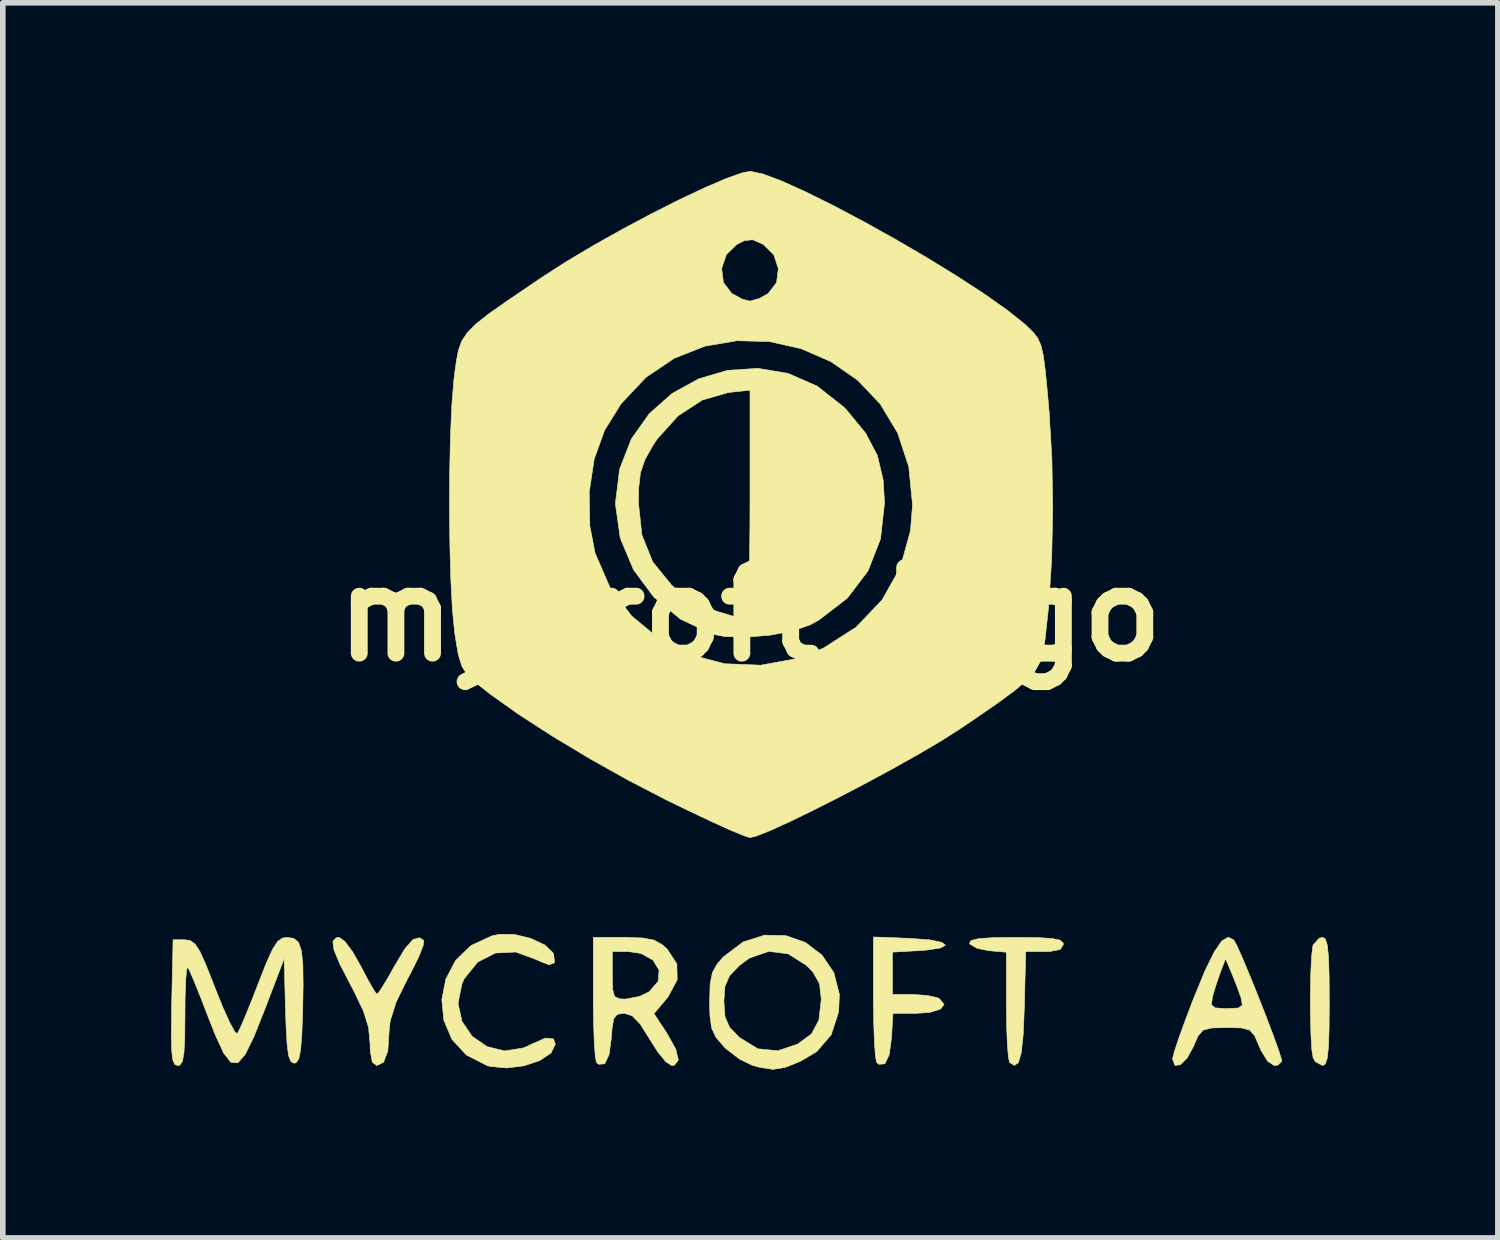
<source format=kicad_pcb>
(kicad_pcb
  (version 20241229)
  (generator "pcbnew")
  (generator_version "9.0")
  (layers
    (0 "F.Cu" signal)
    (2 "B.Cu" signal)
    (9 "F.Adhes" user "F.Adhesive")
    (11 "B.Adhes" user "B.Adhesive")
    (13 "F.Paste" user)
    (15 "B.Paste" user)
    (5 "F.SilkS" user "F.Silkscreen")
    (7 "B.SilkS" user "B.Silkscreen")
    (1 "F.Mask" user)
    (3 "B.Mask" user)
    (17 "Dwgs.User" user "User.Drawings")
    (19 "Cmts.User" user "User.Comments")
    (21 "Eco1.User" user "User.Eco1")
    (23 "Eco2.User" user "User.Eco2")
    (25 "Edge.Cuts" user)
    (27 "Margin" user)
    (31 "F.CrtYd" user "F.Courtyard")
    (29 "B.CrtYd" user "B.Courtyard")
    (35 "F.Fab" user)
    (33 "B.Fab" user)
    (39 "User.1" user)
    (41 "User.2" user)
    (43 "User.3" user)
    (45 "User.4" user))
  (footprint "mycroft_logo"
    (layer "F.Cu")
    (at 10.323 7.907)
    (property "Reference" "mycroft_logo" (at 0 0 0) (layer "F.SilkS") (effects (font (size 1.524 1.524) (thickness 0.3))))
    (attr through_hole)
    (fp_poly (pts (xy 10.26 5.788) (xy 10.294 5.896) (xy 10.315 6.104) (xy 10.326 6.436) (xy 10.329 6.9) (xy 10.326 7.375) (xy 10.315 7.703) (xy 10.294 7.908) (xy 10.259 8.014) (xy 10.211 8.043) (xy 10.082 7.975) (xy 10.042 7.909) (xy 10.018 7.761) (xy 10.002 7.489) (xy 9.993 7.142) (xy 9.992 6.765) (xy 9.999 6.404) (xy 10.013 6.106) (xy 10.035 5.918) (xy 10.042 5.891) (xy 10.147 5.774) (xy 10.211 5.757) (xy 10.26 5.788)) (stroke (width 0.01) (type solid)) (fill yes) (layer "F.SilkS"))
    (fp_poly (pts (xy 5.131 5.761) (xy 5.386 5.777) (xy 5.528 5.807) (xy 5.584 5.857) (xy 5.588 5.884) (xy 5.532 5.973) (xy 5.345 6.009) (xy 5.252 6.011) (xy 4.916 6.011) (xy 4.892 6.999) (xy 4.872 7.481) (xy 4.838 7.807) (xy 4.787 7.989) (xy 4.714 8.04) (xy 4.63 7.989) (xy 4.607 7.885) (xy 4.588 7.649) (xy 4.576 7.317) (xy 4.572 6.976) (xy 4.572 6.022) (xy 4.261 5.995) (xy 4.049 5.952) (xy 3.924 5.879) (xy 3.915 5.863) (xy 3.942 5.813) (xy 4.076 5.78) (xy 4.337 5.762) (xy 4.734 5.757) (xy 5.131 5.761)) (stroke (width 0.01) (type solid)) (fill yes) (layer "F.SilkS"))
    (fp_poly (pts (xy 2.857 5.775) (xy 3.209 5.802) (xy 3.42 5.846) (xy 3.485 5.897) (xy 3.396 5.946) (xy 3.149 5.984) (xy 3.007 5.994) (xy 2.54 6.02) (xy 2.54 6.773) (xy 2.9 6.775) (xy 3.153 6.792) (xy 3.343 6.834) (xy 3.376 6.85) (xy 3.46 6.951) (xy 3.396 7.037) (xy 3.204 7.095) (xy 2.963 7.112) (xy 2.549 7.112) (xy 2.523 7.55) (xy 2.482 7.852) (xy 2.404 8.012) (xy 2.298 8.02) (xy 2.26 7.989) (xy 2.238 7.886) (xy 2.22 7.649) (xy 2.207 7.31) (xy 2.201 6.903) (xy 2.201 6.84) (xy 2.201 5.75) (xy 2.857 5.775)) (stroke (width 0.01) (type solid)) (fill yes) (layer "F.SilkS"))
    (fp_poly (pts (xy -7.226 5.828) (xy -7.087 6.012) (xy -6.943 6.265) (xy -6.809 6.521) (xy -6.704 6.703) (xy -6.651 6.773) (xy -6.651 6.773) (xy -6.596 6.705) (xy -6.484 6.526) (xy -6.341 6.274) (xy -6.336 6.265) (xy -6.152 5.958) (xy -6.009 5.796) (xy -5.892 5.764) (xy -5.815 5.813) (xy -5.828 5.907) (xy -5.909 6.109) (xy -6.044 6.382) (xy -6.097 6.479) (xy -6.308 6.907) (xy -6.415 7.244) (xy -6.435 7.433) (xy -6.458 7.783) (xy -6.533 7.983) (xy -6.655 8.043) (xy -6.734 7.984) (xy -6.77 7.79) (xy -6.775 7.641) (xy -6.801 7.366) (xy -6.891 7.075) (xy -7.062 6.716) (xy -7.113 6.62) (xy -7.31 6.24) (xy -7.417 5.983) (xy -7.438 5.83) (xy -7.379 5.764) (xy -7.325 5.757) (xy -7.226 5.828)) (stroke (width 0.01) (type solid)) (fill yes) (layer "F.SilkS"))
    (fp_poly (pts (xy -4.199 5.705) (xy -3.908 5.776) (xy -3.659 5.893) (xy -3.51 6.035) (xy -3.502 6.053) (xy -3.484 6.207) (xy -3.582 6.247) (xy -3.782 6.168) (xy -3.805 6.155) (xy -4.178 6.018) (xy -4.54 6.036) (xy -4.856 6.198) (xy -5.095 6.494) (xy -5.135 6.58) (xy -5.206 6.932) (xy -5.136 7.254) (xy -4.955 7.52) (xy -4.691 7.704) (xy -4.374 7.782) (xy -4.033 7.727) (xy -3.895 7.662) (xy -3.647 7.553) (xy -3.505 7.567) (xy -3.471 7.66) (xy -3.548 7.82) (xy -3.749 7.953) (xy -4.028 8.047) (xy -4.34 8.086) (xy -4.639 8.057) (xy -4.687 8.044) (xy -5.058 7.854) (xy -5.315 7.575) (xy -5.459 7.235) (xy -5.495 6.867) (xy -5.424 6.502) (xy -5.25 6.17) (xy -4.976 5.903) (xy -4.604 5.731) (xy -4.471 5.703) (xy -4.199 5.705)) (stroke (width 0.01) (type solid)) (fill yes) (layer "F.SilkS"))
    (fp_poly (pts (xy 0.636 5.725) (xy 0.988 5.848) (xy 1.284 6.073) (xy 1.495 6.386) (xy 1.594 6.774) (xy 1.58 7.088) (xy 1.448 7.494) (xy 1.19 7.794) (xy 0.904 7.964) (xy 0.626 8.076) (xy 0.411 8.111) (xy 0.176 8.075) (xy 0.039 8.038) (xy -0.187 7.927) (xy -0.423 7.746) (xy -0.469 7.701) (xy -0.609 7.536) (xy -0.685 7.372) (xy -0.715 7.148) (xy -0.72 6.9) (xy -0.466 6.9) (xy -0.446 7.171) (xy -0.365 7.359) (xy -0.189 7.542) (xy 0.141 7.744) (xy 0.494 7.779) (xy 0.848 7.661) (xy 1.096 7.48) (xy 1.229 7.231) (xy 1.27 6.872) (xy 1.27 6.855) (xy 1.24 6.583) (xy 1.123 6.376) (xy 1.007 6.257) (xy 0.68 6.05) (xy 0.333 6.007) (xy -0.014 6.128) (xy -0.189 6.258) (xy -0.367 6.445) (xy -0.447 6.633) (xy -0.466 6.9) (xy -0.72 6.9) (xy -0.711 6.589) (xy -0.671 6.385) (xy -0.582 6.227) (xy -0.473 6.104) (xy -0.123 5.839) (xy 0.256 5.718) (xy 0.636 5.725)) (stroke (width 0.01) (type solid)) (fill yes) (layer "F.SilkS"))
    (fp_poly (pts (xy -1.92 5.767) (xy -1.714 5.805) (xy -1.565 5.887) (xy -1.478 5.965) (xy -1.304 6.23) (xy -1.298 6.513) (xy -1.46 6.816) (xy -1.491 6.854) (xy -1.713 7.117) (xy -1.491 7.451) (xy -1.325 7.746) (xy -1.277 7.944) (xy -1.348 8.037) (xy -1.396 8.043) (xy -1.501 7.975) (xy -1.648 7.795) (xy -1.785 7.578) (xy -1.957 7.303) (xy -2.097 7.158) (xy -2.235 7.112) (xy -2.247 7.112) (xy -2.366 7.129) (xy -2.43 7.208) (xy -2.461 7.392) (xy -2.472 7.55) (xy -2.514 7.852) (xy -2.591 8.012) (xy -2.698 8.02) (xy -2.736 7.989) (xy -2.758 7.886) (xy -2.776 7.649) (xy -2.788 7.31) (xy -2.794 6.903) (xy -2.794 6.844) (xy -2.794 6.011) (xy -2.455 6.011) (xy -2.455 6.435) (xy -2.449 6.685) (xy -2.415 6.811) (xy -2.328 6.853) (xy -2.22 6.858) (xy -1.968 6.809) (xy -1.797 6.726) (xy -1.637 6.541) (xy -1.621 6.341) (xy -1.73 6.163) (xy -1.945 6.043) (xy -2.165 6.011) (xy -2.455 6.011) (xy -2.794 6.011) (xy -2.794 5.757) (xy -2.24 5.757) (xy -1.92 5.767)) (stroke (width 0.01) (type solid)) (fill yes) (layer "F.SilkS"))
    (fp_poly (pts (xy 8.625 5.802) (xy 8.683 5.907) (xy 8.784 6.134) (xy 8.914 6.444) (xy 9.059 6.801) (xy 9.202 7.166) (xy 9.33 7.503) (xy 9.427 7.772) (xy 9.478 7.938) (xy 9.483 7.966) (xy 9.414 8.034) (xy 9.349 8.043) (xy 9.233 7.969) (xy 9.112 7.774) (xy 9.082 7.705) (xy 8.998 7.509) (xy 8.907 7.408) (xy 8.755 7.371) (xy 8.495 7.366) (xy 8.231 7.372) (xy 8.081 7.41) (xy 7.99 7.513) (xy 7.906 7.705) (xy 7.795 7.91) (xy 7.674 8.028) (xy 7.577 8.041) (xy 7.535 7.929) (xy 7.535 7.923) (xy 7.565 7.801) (xy 7.645 7.557) (xy 7.765 7.227) (xy 7.868 6.956) (xy 8.228 6.956) (xy 8.292 7.014) (xy 8.481 7.027) (xy 8.506 7.027) (xy 8.707 7.017) (xy 8.778 6.966) (xy 8.759 6.846) (xy 8.758 6.842) (xy 8.682 6.629) (xy 8.59 6.398) (xy 8.48 6.138) (xy 8.389 6.375) (xy 8.302 6.628) (xy 8.246 6.819) (xy 8.228 6.956) (xy 7.868 6.956) (xy 7.91 6.845) (xy 7.911 6.844) (xy 8.112 6.355) (xy 8.277 6.018) (xy 8.413 5.821) (xy 8.527 5.754) (xy 8.625 5.802)) (stroke (width 0.01) (type solid)) (fill yes) (layer "F.SilkS"))
    (fp_poly (pts (xy 0.682 -4.298) (xy 1.199 -4.071) (xy 1.671 -3.7) (xy 1.722 -3.647) (xy 2.061 -3.234) (xy 2.271 -2.836) (xy 2.375 -2.396) (xy 2.399 -1.99) (xy 2.327 -1.346) (xy 2.104 -0.777) (xy 1.737 -0.292) (xy 1.231 0.097) (xy 1.077 0.182) (xy 0.766 0.292) (xy 0.364 0.368) (xy -0.064 0.404) (xy -0.45 0.393) (xy -0.678 0.349) (xy -1.242 0.081) (xy -1.715 -0.311) (xy -2.078 -0.8) (xy -2.313 -1.36) (xy -2.399 -1.965) (xy -2.399 -1.99) (xy -2.398 -1.996) (xy -1.99 -1.996) (xy -1.928 -1.419) (xy -1.734 -0.937) (xy -1.398 -0.524) (xy -1.252 -0.397) (xy -0.965 -0.22) (xy -0.595 -0.058) (xy -0.227 0.052) (xy -0.064 0.079) (xy -0.046 -0.000229) (xy -0.03 -0.226) (xy -0.017 -0.575) (xy -0.007 -1.024) (xy -0.001 -1.55) (xy 0 -1.958) (xy 0 -4.001) (xy -0.391 -3.957) (xy -0.851 -3.824) (xy -1.281 -3.543) (xy -1.65 -3.136) (xy -1.734 -3.01) (xy -1.876 -2.755) (xy -1.953 -2.527) (xy -1.985 -2.253) (xy -1.99 -1.996) (xy -2.398 -1.996) (xy -2.324 -2.595) (xy -2.116 -3.129) (xy -1.797 -3.58) (xy -1.389 -3.941) (xy -0.916 -4.202) (xy -0.398 -4.354) (xy 0.142 -4.389) (xy 0.682 -4.298)) (stroke (width 0.01) (type solid)) (fill yes) (layer "F.SilkS"))
    (fp_poly (pts (xy -8.132 5.776) (xy -8.05 5.846) (xy -7.999 5.993) (xy -7.973 6.24) (xy -7.968 6.611) (xy -7.976 7.07) (xy -7.991 7.489) (xy -8.013 7.764) (xy -8.045 7.923) (xy -8.093 7.992) (xy -8.128 8.001) (xy -8.186 7.972) (xy -8.227 7.867) (xy -8.254 7.661) (xy -8.273 7.326) (xy -8.281 7.07) (xy -8.307 6.138) (xy -8.663 7.07) (xy -8.85 7.538) (xy -9.002 7.846) (xy -9.132 7.995) (xy -9.255 7.986) (xy -9.384 7.821) (xy -9.533 7.5) (xy -9.664 7.167) (xy -9.799 6.818) (xy -9.915 6.531) (xy -9.997 6.342) (xy -10.028 6.285) (xy -10.047 6.343) (xy -10.063 6.539) (xy -10.073 6.84) (xy -10.075 7.14) (xy -10.079 7.549) (xy -10.093 7.815) (xy -10.12 7.968) (xy -10.165 8.034) (xy -10.205 8.043) (xy -10.258 8.022) (xy -10.292 7.941) (xy -10.312 7.776) (xy -10.318 7.5) (xy -10.314 7.088) (xy -10.311 6.921) (xy -10.287 5.8) (xy -10.077 5.8) (xy -9.978 5.815) (xy -9.894 5.877) (xy -9.805 6.015) (xy -9.697 6.256) (xy -9.551 6.626) (xy -9.534 6.671) (xy -9.396 7.013) (xy -9.275 7.28) (xy -9.185 7.442) (xy -9.143 7.475) (xy -9.089 7.372) (xy -8.993 7.147) (xy -8.867 6.837) (xy -8.769 6.583) (xy -8.622 6.209) (xy -8.512 5.967) (xy -8.423 5.83) (xy -8.336 5.769) (xy -8.25 5.757) (xy -8.132 5.776)) (stroke (width 0.01) (type solid)) (fill yes) (layer "F.SilkS"))
    (fp_poly (pts (xy 0.224 -7.857) (xy 0.559 -7.732) (xy 0.987 -7.539) (xy 1.484 -7.293) (xy 2.026 -7.006) (xy 2.59 -6.692) (xy 3.15 -6.365) (xy 3.684 -6.037) (xy 4.167 -5.723) (xy 4.576 -5.435) (xy 4.886 -5.188) (xy 4.948 -5.131) (xy 5.055 -5.026) (xy 5.133 -4.925) (xy 5.188 -4.797) (xy 5.231 -4.613) (xy 5.266 -4.343) (xy 5.304 -3.954) (xy 5.334 -3.604) (xy 5.383 -2.775) (xy 5.398 -1.883) (xy 5.379 -0.988) (xy 5.326 -0.151) (xy 5.259 0.462) (xy 5.224 0.672) (xy 5.172 0.847) (xy 5.084 1.005) (xy 4.941 1.167) (xy 4.724 1.352) (xy 4.413 1.581) (xy 3.99 1.873) (xy 3.725 2.052) (xy 3.413 2.25) (xy 3.018 2.483) (xy 2.564 2.738) (xy 2.08 3) (xy 1.591 3.256) (xy 1.122 3.493) (xy 0.702 3.697) (xy 0.355 3.855) (xy 0.107 3.953) (xy 0 3.978) (xy -0.114 3.942) (xy -0.353 3.843) (xy -0.688 3.691) (xy -1.094 3.499) (xy -1.482 3.311) (xy -2.166 2.957) (xy -2.858 2.569) (xy -3.525 2.168) (xy -4.129 1.777) (xy -4.635 1.418) (xy -4.895 1.211) (xy -5.04 1.074) (xy -5.135 0.928) (xy -5.199 0.726) (xy -5.252 0.418) (xy -5.269 0.296) (xy -5.307 -0.097) (xy -5.334 -0.618) (xy -5.351 -1.227) (xy -5.358 -1.882) (xy -5.357 -2.182) (xy -2.867 -2.182) (xy -2.856 -1.578) (xy -2.762 -1.093) (xy -2.498 -0.486) (xy -2.112 0.025) (xy -1.627 0.428) (xy -1.067 0.716) (xy -0.453 0.878) (xy 0.191 0.904) (xy 0.841 0.785) (xy 1.305 0.602) (xy 1.893 0.225) (xy 2.355 -0.26) (xy 2.68 -0.838) (xy 2.862 -1.495) (xy 2.898 -1.954) (xy 2.831 -2.636) (xy 2.632 -3.238) (xy 2.322 -3.754) (xy 1.918 -4.179) (xy 1.442 -4.509) (xy 0.912 -4.74) (xy 0.348 -4.866) (xy -0.23 -4.882) (xy -0.803 -4.785) (xy -1.352 -4.568) (xy -1.856 -4.228) (xy -2.297 -3.76) (xy -2.593 -3.284) (xy -2.778 -2.772) (xy -2.867 -2.182) (xy -5.357 -2.182) (xy -5.355 -2.545) (xy -5.341 -3.173) (xy -5.317 -3.726) (xy -5.282 -4.164) (xy -5.269 -4.275) (xy -5.235 -4.524) (xy -5.197 -4.718) (xy -5.138 -4.88) (xy -5.039 -5.028) (xy -4.882 -5.185) (xy -4.647 -5.369) (xy -4.316 -5.601) (xy -3.872 -5.902) (xy -3.683 -6.03) (xy -3.466 -6.17) (xy -0.505 -6.17) (xy -0.474 -5.919) (xy -0.325 -5.723) (xy -0.324 -5.723) (xy -0.134 -5.621) (xy 0 -5.588) (xy 0.165 -5.634) (xy 0.324 -5.723) (xy 0.474 -5.918) (xy 0.505 -6.169) (xy 0.423 -6.416) (xy 0.233 -6.601) (xy 0.233 -6.601) (xy 0.048 -6.683) (xy -0.103 -6.666) (xy -0.233 -6.601) (xy -0.422 -6.417) (xy -0.505 -6.17) (xy -3.466 -6.17) (xy -3.267 -6.297) (xy -2.791 -6.58) (xy -2.28 -6.867) (xy -1.761 -7.143) (xy -1.26 -7.396) (xy -0.804 -7.611) (xy -0.419 -7.776) (xy -0.132 -7.877) (xy 0.006 -7.902) (xy 0.224 -7.857)) (stroke (width 0.01) (type solid)) (fill yes) (layer "F.SilkS")))
  (gr_rect
    (start -3 -3)
    (end 23.658 19.023)
    (stroke (width 0.1) (type default))
    (fill no)
    (layer "Edge.Cuts")))
</source>
